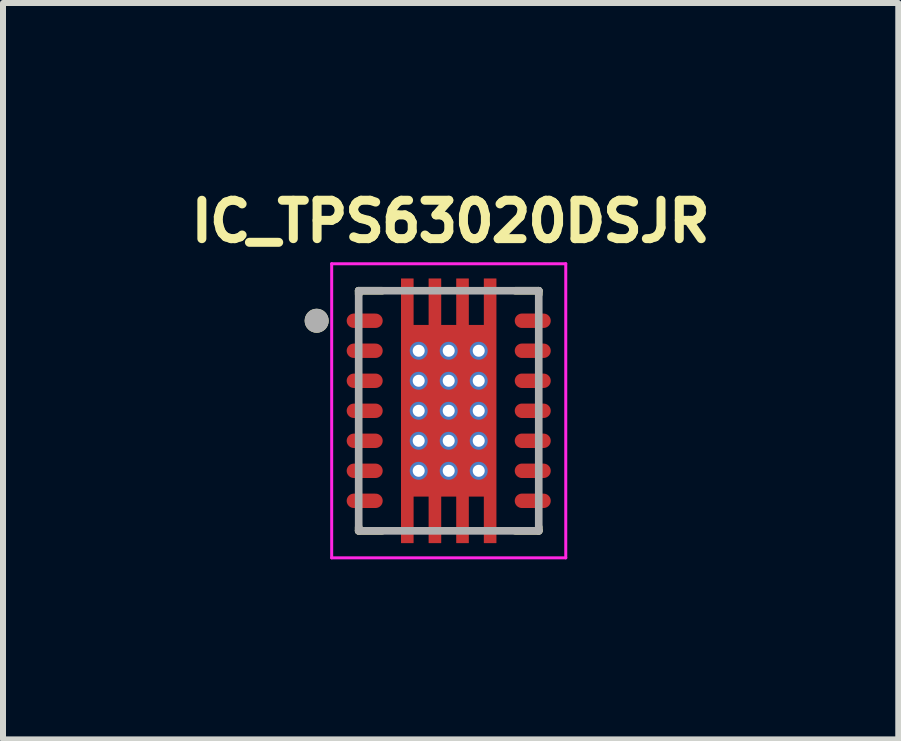
<source format=kicad_pcb>
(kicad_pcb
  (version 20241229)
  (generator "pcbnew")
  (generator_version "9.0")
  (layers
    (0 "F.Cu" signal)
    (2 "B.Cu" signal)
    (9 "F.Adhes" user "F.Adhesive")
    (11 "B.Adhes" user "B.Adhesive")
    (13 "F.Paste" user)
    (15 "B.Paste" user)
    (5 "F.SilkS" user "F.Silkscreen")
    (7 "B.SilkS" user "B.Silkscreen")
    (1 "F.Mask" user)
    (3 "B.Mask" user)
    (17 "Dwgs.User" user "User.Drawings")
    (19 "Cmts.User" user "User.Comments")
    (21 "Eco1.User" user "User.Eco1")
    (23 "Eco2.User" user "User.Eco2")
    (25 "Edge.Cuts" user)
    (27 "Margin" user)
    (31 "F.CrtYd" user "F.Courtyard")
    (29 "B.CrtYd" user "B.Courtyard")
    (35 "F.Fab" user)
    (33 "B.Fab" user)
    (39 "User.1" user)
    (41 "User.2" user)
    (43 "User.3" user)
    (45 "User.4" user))
  (footprint "IC_TPS63020DSJR"
    (layer "F.Cu")
    (at 4.426 3.794)
    (property "Reference" "IC_TPS63020DSJR" (at 0.032 -3.156 0) (layer "F.SilkS") (effects (font (size 0.64 0.64) (thickness 0.15))))
    (attr smd)
    (fp_poly (pts (xy -0.86 -2.27) (xy -0.52 -2.27) (xy -0.52 -1.495) (xy -0.4 -1.495) (xy -0.4 -2.27) (xy -0.06 -2.27) (xy -0.06 -1.495) (xy 0.06 -1.495) (xy 0.06 -2.27) (xy 0.4 -2.27) (xy 0.4 -1.495) (xy 0.52 -1.495) (xy 0.52 -2.27) (xy 0.86 -2.27) (xy 0.86 2.27) (xy 0.52 2.27) (xy 0.52 1.495) (xy 0.4 1.495) (xy 0.4 2.27) (xy 0.06 2.27) (xy 0.06 1.495) (xy -0.06 1.495) (xy -0.06 2.27) (xy -0.4 2.27) (xy -0.4 1.495) (xy -0.52 1.495) (xy -0.52 2.27) (xy -0.86 2.27)) (stroke (width 0.01) (type solid)) (fill yes) (layer "F.Mask"))
    (fp_poly (pts (xy -1.22 -1.69) (xy -1.21 -1.69) (xy -1.2 -1.689) (xy -1.19 -1.688) (xy -1.18 -1.686) (xy -1.171 -1.684) (xy -1.161 -1.681) (xy -1.152 -1.677) (xy -1.143 -1.674) (xy -1.134 -1.669) (xy -1.125 -1.665) (xy -1.117 -1.659) (xy -1.108 -1.654) (xy -1.1 -1.648) (xy -1.093 -1.641) (xy -1.086 -1.634) (xy -1.079 -1.627) (xy -1.072 -1.62) (xy -1.066 -1.612) (xy -1.061 -1.603) (xy -1.055 -1.595) (xy -1.051 -1.586) (xy -1.046 -1.577) (xy -1.043 -1.568) (xy -1.039 -1.559) (xy -1.036 -1.549) (xy -1.034 -1.54) (xy -1.032 -1.53) (xy -1.031 -1.52) (xy -1.03 -1.51) (xy -1.03 -1.5) (xy -1.03 -1.49) (xy -1.031 -1.48) (xy -1.032 -1.47) (xy -1.034 -1.46) (xy -1.036 -1.451) (xy -1.039 -1.441) (xy -1.043 -1.432) (xy -1.046 -1.423) (xy -1.051 -1.414) (xy -1.055 -1.405) (xy -1.061 -1.397) (xy -1.066 -1.388) (xy -1.072 -1.38) (xy -1.079 -1.373) (xy -1.086 -1.366) (xy -1.093 -1.359) (xy -1.1 -1.352) (xy -1.108 -1.346) (xy -1.117 -1.341) (xy -1.125 -1.335) (xy -1.134 -1.331) (xy -1.143 -1.326) (xy -1.152 -1.323) (xy -1.161 -1.319) (xy -1.171 -1.316) (xy -1.18 -1.314) (xy -1.19 -1.312) (xy -1.2 -1.311) (xy -1.21 -1.31) (xy -1.22 -1.31) (xy -1.58 -1.31) (xy -1.59 -1.31) (xy -1.6 -1.311) (xy -1.61 -1.312) (xy -1.62 -1.314) (xy -1.629 -1.316) (xy -1.639 -1.319) (xy -1.648 -1.323) (xy -1.657 -1.326) (xy -1.666 -1.331) (xy -1.675 -1.335) (xy -1.683 -1.341) (xy -1.692 -1.346) (xy -1.7 -1.352) (xy -1.707 -1.359) (xy -1.714 -1.366) (xy -1.721 -1.373) (xy -1.728 -1.38) (xy -1.734 -1.388) (xy -1.739 -1.397) (xy -1.745 -1.405) (xy -1.749 -1.414) (xy -1.754 -1.423) (xy -1.757 -1.432) (xy -1.761 -1.441) (xy -1.764 -1.451) (xy -1.766 -1.46) (xy -1.768 -1.47) (xy -1.769 -1.48) (xy -1.77 -1.49) (xy -1.77 -1.5) (xy -1.77 -1.51) (xy -1.769 -1.52) (xy -1.768 -1.53) (xy -1.766 -1.54) (xy -1.764 -1.549) (xy -1.761 -1.559) (xy -1.757 -1.568) (xy -1.754 -1.577) (xy -1.749 -1.586) (xy -1.745 -1.595) (xy -1.739 -1.603) (xy -1.734 -1.612) (xy -1.728 -1.62) (xy -1.721 -1.627) (xy -1.714 -1.634) (xy -1.707 -1.641) (xy -1.7 -1.648) (xy -1.692 -1.654) (xy -1.683 -1.659) (xy -1.675 -1.665) (xy -1.666 -1.669) (xy -1.657 -1.674) (xy -1.648 -1.677) (xy -1.639 -1.681) (xy -1.629 -1.684) (xy -1.62 -1.686) (xy -1.61 -1.688) (xy -1.6 -1.689) (xy -1.59 -1.69) (xy -1.58 -1.69) (xy -1.22 -1.69)) (stroke (width 0.01) (type solid)) (fill yes) (layer "F.Mask"))
    (fp_poly (pts (xy -1.22 -1.19) (xy -1.21 -1.19) (xy -1.2 -1.189) (xy -1.19 -1.188) (xy -1.18 -1.186) (xy -1.171 -1.184) (xy -1.161 -1.181) (xy -1.152 -1.177) (xy -1.143 -1.174) (xy -1.134 -1.169) (xy -1.125 -1.165) (xy -1.117 -1.159) (xy -1.108 -1.154) (xy -1.1 -1.148) (xy -1.093 -1.141) (xy -1.086 -1.134) (xy -1.079 -1.127) (xy -1.072 -1.12) (xy -1.066 -1.112) (xy -1.061 -1.103) (xy -1.055 -1.095) (xy -1.051 -1.086) (xy -1.046 -1.077) (xy -1.043 -1.068) (xy -1.039 -1.059) (xy -1.036 -1.049) (xy -1.034 -1.04) (xy -1.032 -1.03) (xy -1.031 -1.02) (xy -1.03 -1.01) (xy -1.03 -1) (xy -1.03 -0.99) (xy -1.031 -0.98) (xy -1.032 -0.97) (xy -1.034 -0.96) (xy -1.036 -0.951) (xy -1.039 -0.941) (xy -1.043 -0.932) (xy -1.046 -0.923) (xy -1.051 -0.914) (xy -1.055 -0.905) (xy -1.061 -0.897) (xy -1.066 -0.888) (xy -1.072 -0.88) (xy -1.079 -0.873) (xy -1.086 -0.866) (xy -1.093 -0.859) (xy -1.1 -0.852) (xy -1.108 -0.846) (xy -1.117 -0.841) (xy -1.125 -0.835) (xy -1.134 -0.831) (xy -1.143 -0.826) (xy -1.152 -0.823) (xy -1.161 -0.819) (xy -1.171 -0.816) (xy -1.18 -0.814) (xy -1.19 -0.812) (xy -1.2 -0.811) (xy -1.21 -0.81) (xy -1.22 -0.81) (xy -1.58 -0.81) (xy -1.59 -0.81) (xy -1.6 -0.811) (xy -1.61 -0.812) (xy -1.62 -0.814) (xy -1.629 -0.816) (xy -1.639 -0.819) (xy -1.648 -0.823) (xy -1.657 -0.826) (xy -1.666 -0.831) (xy -1.675 -0.835) (xy -1.683 -0.841) (xy -1.692 -0.846) (xy -1.7 -0.852) (xy -1.707 -0.859) (xy -1.714 -0.866) (xy -1.721 -0.873) (xy -1.728 -0.88) (xy -1.734 -0.888) (xy -1.739 -0.897) (xy -1.745 -0.905) (xy -1.749 -0.914) (xy -1.754 -0.923) (xy -1.757 -0.932) (xy -1.761 -0.941) (xy -1.764 -0.951) (xy -1.766 -0.96) (xy -1.768 -0.97) (xy -1.769 -0.98) (xy -1.77 -0.99) (xy -1.77 -1) (xy -1.77 -1.01) (xy -1.769 -1.02) (xy -1.768 -1.03) (xy -1.766 -1.04) (xy -1.764 -1.049) (xy -1.761 -1.059) (xy -1.757 -1.068) (xy -1.754 -1.077) (xy -1.749 -1.086) (xy -1.745 -1.095) (xy -1.739 -1.103) (xy -1.734 -1.112) (xy -1.728 -1.12) (xy -1.721 -1.127) (xy -1.714 -1.134) (xy -1.707 -1.141) (xy -1.7 -1.148) (xy -1.692 -1.154) (xy -1.683 -1.159) (xy -1.675 -1.165) (xy -1.666 -1.169) (xy -1.657 -1.174) (xy -1.648 -1.177) (xy -1.639 -1.181) (xy -1.629 -1.184) (xy -1.62 -1.186) (xy -1.61 -1.188) (xy -1.6 -1.189) (xy -1.59 -1.19) (xy -1.58 -1.19) (xy -1.22 -1.19)) (stroke (width 0.01) (type solid)) (fill yes) (layer "F.Mask"))
    (fp_poly (pts (xy -1.22 -0.69) (xy -1.21 -0.69) (xy -1.2 -0.689) (xy -1.19 -0.688) (xy -1.18 -0.686) (xy -1.171 -0.684) (xy -1.161 -0.681) (xy -1.152 -0.677) (xy -1.143 -0.674) (xy -1.134 -0.669) (xy -1.125 -0.665) (xy -1.117 -0.659) (xy -1.108 -0.654) (xy -1.1 -0.648) (xy -1.093 -0.641) (xy -1.086 -0.634) (xy -1.079 -0.627) (xy -1.072 -0.62) (xy -1.066 -0.612) (xy -1.061 -0.603) (xy -1.055 -0.595) (xy -1.051 -0.586) (xy -1.046 -0.577) (xy -1.043 -0.568) (xy -1.039 -0.559) (xy -1.036 -0.549) (xy -1.034 -0.54) (xy -1.032 -0.53) (xy -1.031 -0.52) (xy -1.03 -0.51) (xy -1.03 -0.5) (xy -1.03 -0.49) (xy -1.031 -0.48) (xy -1.032 -0.47) (xy -1.034 -0.46) (xy -1.036 -0.451) (xy -1.039 -0.441) (xy -1.043 -0.432) (xy -1.046 -0.423) (xy -1.051 -0.414) (xy -1.055 -0.405) (xy -1.061 -0.397) (xy -1.066 -0.388) (xy -1.072 -0.38) (xy -1.079 -0.373) (xy -1.086 -0.366) (xy -1.093 -0.359) (xy -1.1 -0.352) (xy -1.108 -0.346) (xy -1.117 -0.341) (xy -1.125 -0.335) (xy -1.134 -0.331) (xy -1.143 -0.326) (xy -1.152 -0.323) (xy -1.161 -0.319) (xy -1.171 -0.316) (xy -1.18 -0.314) (xy -1.19 -0.312) (xy -1.2 -0.311) (xy -1.21 -0.31) (xy -1.22 -0.31) (xy -1.58 -0.31) (xy -1.59 -0.31) (xy -1.6 -0.311) (xy -1.61 -0.312) (xy -1.62 -0.314) (xy -1.629 -0.316) (xy -1.639 -0.319) (xy -1.648 -0.323) (xy -1.657 -0.326) (xy -1.666 -0.331) (xy -1.675 -0.335) (xy -1.683 -0.341) (xy -1.692 -0.346) (xy -1.7 -0.352) (xy -1.707 -0.359) (xy -1.714 -0.366) (xy -1.721 -0.373) (xy -1.728 -0.38) (xy -1.734 -0.388) (xy -1.739 -0.397) (xy -1.745 -0.405) (xy -1.749 -0.414) (xy -1.754 -0.423) (xy -1.757 -0.432) (xy -1.761 -0.441) (xy -1.764 -0.451) (xy -1.766 -0.46) (xy -1.768 -0.47) (xy -1.769 -0.48) (xy -1.77 -0.49) (xy -1.77 -0.5) (xy -1.77 -0.51) (xy -1.769 -0.52) (xy -1.768 -0.53) (xy -1.766 -0.54) (xy -1.764 -0.549) (xy -1.761 -0.559) (xy -1.757 -0.568) (xy -1.754 -0.577) (xy -1.749 -0.586) (xy -1.745 -0.595) (xy -1.739 -0.603) (xy -1.734 -0.612) (xy -1.728 -0.62) (xy -1.721 -0.627) (xy -1.714 -0.634) (xy -1.707 -0.641) (xy -1.7 -0.648) (xy -1.692 -0.654) (xy -1.683 -0.659) (xy -1.675 -0.665) (xy -1.666 -0.669) (xy -1.657 -0.674) (xy -1.648 -0.677) (xy -1.639 -0.681) (xy -1.629 -0.684) (xy -1.62 -0.686) (xy -1.61 -0.688) (xy -1.6 -0.689) (xy -1.59 -0.69) (xy -1.58 -0.69) (xy -1.22 -0.69)) (stroke (width 0.01) (type solid)) (fill yes) (layer "F.Mask"))
    (fp_poly (pts (xy -1.22 -0.19) (xy -1.21 -0.19) (xy -1.2 -0.189) (xy -1.19 -0.188) (xy -1.18 -0.186) (xy -1.171 -0.184) (xy -1.161 -0.181) (xy -1.152 -0.177) (xy -1.143 -0.174) (xy -1.134 -0.169) (xy -1.125 -0.165) (xy -1.117 -0.159) (xy -1.108 -0.154) (xy -1.1 -0.148) (xy -1.093 -0.141) (xy -1.086 -0.134) (xy -1.079 -0.127) (xy -1.072 -0.12) (xy -1.066 -0.112) (xy -1.061 -0.103) (xy -1.055 -0.095) (xy -1.051 -0.086) (xy -1.046 -0.077) (xy -1.043 -0.068) (xy -1.039 -0.059) (xy -1.036 -0.049) (xy -1.034 -0.04) (xy -1.032 -0.03) (xy -1.031 -0.02) (xy -1.03 -0.01) (xy -1.03 0) (xy -1.03 0.01) (xy -1.031 0.02) (xy -1.032 0.03) (xy -1.034 0.04) (xy -1.036 0.049) (xy -1.039 0.059) (xy -1.043 0.068) (xy -1.046 0.077) (xy -1.051 0.086) (xy -1.055 0.095) (xy -1.061 0.103) (xy -1.066 0.112) (xy -1.072 0.12) (xy -1.079 0.127) (xy -1.086 0.134) (xy -1.093 0.141) (xy -1.1 0.148) (xy -1.108 0.154) (xy -1.117 0.159) (xy -1.125 0.165) (xy -1.134 0.169) (xy -1.143 0.174) (xy -1.152 0.177) (xy -1.161 0.181) (xy -1.171 0.184) (xy -1.18 0.186) (xy -1.19 0.188) (xy -1.2 0.189) (xy -1.21 0.19) (xy -1.22 0.19) (xy -1.58 0.19) (xy -1.59 0.19) (xy -1.6 0.189) (xy -1.61 0.188) (xy -1.62 0.186) (xy -1.629 0.184) (xy -1.639 0.181) (xy -1.648 0.177) (xy -1.657 0.174) (xy -1.666 0.169) (xy -1.675 0.165) (xy -1.683 0.159) (xy -1.692 0.154) (xy -1.7 0.148) (xy -1.707 0.141) (xy -1.714 0.134) (xy -1.721 0.127) (xy -1.728 0.12) (xy -1.734 0.112) (xy -1.739 0.103) (xy -1.745 0.095) (xy -1.749 0.086) (xy -1.754 0.077) (xy -1.757 0.068) (xy -1.761 0.059) (xy -1.764 0.049) (xy -1.766 0.04) (xy -1.768 0.03) (xy -1.769 0.02) (xy -1.77 0.01) (xy -1.77 0) (xy -1.77 -0.01) (xy -1.769 -0.02) (xy -1.768 -0.03) (xy -1.766 -0.04) (xy -1.764 -0.049) (xy -1.761 -0.059) (xy -1.757 -0.068) (xy -1.754 -0.077) (xy -1.749 -0.086) (xy -1.745 -0.095) (xy -1.739 -0.103) (xy -1.734 -0.112) (xy -1.728 -0.12) (xy -1.721 -0.127) (xy -1.714 -0.134) (xy -1.707 -0.141) (xy -1.7 -0.148) (xy -1.692 -0.154) (xy -1.683 -0.159) (xy -1.675 -0.165) (xy -1.666 -0.169) (xy -1.657 -0.174) (xy -1.648 -0.177) (xy -1.639 -0.181) (xy -1.629 -0.184) (xy -1.62 -0.186) (xy -1.61 -0.188) (xy -1.6 -0.189) (xy -1.59 -0.19) (xy -1.58 -0.19) (xy -1.22 -0.19)) (stroke (width 0.01) (type solid)) (fill yes) (layer "F.Mask"))
    (fp_poly (pts (xy -1.22 0.31) (xy -1.21 0.31) (xy -1.2 0.311) (xy -1.19 0.312) (xy -1.18 0.314) (xy -1.171 0.316) (xy -1.161 0.319) (xy -1.152 0.323) (xy -1.143 0.326) (xy -1.134 0.331) (xy -1.125 0.335) (xy -1.117 0.341) (xy -1.108 0.346) (xy -1.1 0.352) (xy -1.093 0.359) (xy -1.086 0.366) (xy -1.079 0.373) (xy -1.072 0.38) (xy -1.066 0.388) (xy -1.061 0.397) (xy -1.055 0.405) (xy -1.051 0.414) (xy -1.046 0.423) (xy -1.043 0.432) (xy -1.039 0.441) (xy -1.036 0.451) (xy -1.034 0.46) (xy -1.032 0.47) (xy -1.031 0.48) (xy -1.03 0.49) (xy -1.03 0.5) (xy -1.03 0.51) (xy -1.031 0.52) (xy -1.032 0.53) (xy -1.034 0.54) (xy -1.036 0.549) (xy -1.039 0.559) (xy -1.043 0.568) (xy -1.046 0.577) (xy -1.051 0.586) (xy -1.055 0.595) (xy -1.061 0.603) (xy -1.066 0.612) (xy -1.072 0.62) (xy -1.079 0.627) (xy -1.086 0.634) (xy -1.093 0.641) (xy -1.1 0.648) (xy -1.108 0.654) (xy -1.117 0.659) (xy -1.125 0.665) (xy -1.134 0.669) (xy -1.143 0.674) (xy -1.152 0.677) (xy -1.161 0.681) (xy -1.171 0.684) (xy -1.18 0.686) (xy -1.19 0.688) (xy -1.2 0.689) (xy -1.21 0.69) (xy -1.22 0.69) (xy -1.58 0.69) (xy -1.59 0.69) (xy -1.6 0.689) (xy -1.61 0.688) (xy -1.62 0.686) (xy -1.629 0.684) (xy -1.639 0.681) (xy -1.648 0.677) (xy -1.657 0.674) (xy -1.666 0.669) (xy -1.675 0.665) (xy -1.683 0.659) (xy -1.692 0.654) (xy -1.7 0.648) (xy -1.707 0.641) (xy -1.714 0.634) (xy -1.721 0.627) (xy -1.728 0.62) (xy -1.734 0.612) (xy -1.739 0.603) (xy -1.745 0.595) (xy -1.749 0.586) (xy -1.754 0.577) (xy -1.757 0.568) (xy -1.761 0.559) (xy -1.764 0.549) (xy -1.766 0.54) (xy -1.768 0.53) (xy -1.769 0.52) (xy -1.77 0.51) (xy -1.77 0.5) (xy -1.77 0.49) (xy -1.769 0.48) (xy -1.768 0.47) (xy -1.766 0.46) (xy -1.764 0.451) (xy -1.761 0.441) (xy -1.757 0.432) (xy -1.754 0.423) (xy -1.749 0.414) (xy -1.745 0.405) (xy -1.739 0.397) (xy -1.734 0.388) (xy -1.728 0.38) (xy -1.721 0.373) (xy -1.714 0.366) (xy -1.707 0.359) (xy -1.7 0.352) (xy -1.692 0.346) (xy -1.683 0.341) (xy -1.675 0.335) (xy -1.666 0.331) (xy -1.657 0.326) (xy -1.648 0.323) (xy -1.639 0.319) (xy -1.629 0.316) (xy -1.62 0.314) (xy -1.61 0.312) (xy -1.6 0.311) (xy -1.59 0.31) (xy -1.58 0.31) (xy -1.22 0.31)) (stroke (width 0.01) (type solid)) (fill yes) (layer "F.Mask"))
    (fp_poly (pts (xy -1.22 0.81) (xy -1.21 0.81) (xy -1.2 0.811) (xy -1.19 0.812) (xy -1.18 0.814) (xy -1.171 0.816) (xy -1.161 0.819) (xy -1.152 0.823) (xy -1.143 0.826) (xy -1.134 0.831) (xy -1.125 0.835) (xy -1.117 0.841) (xy -1.108 0.846) (xy -1.1 0.852) (xy -1.093 0.859) (xy -1.086 0.866) (xy -1.079 0.873) (xy -1.072 0.88) (xy -1.066 0.888) (xy -1.061 0.897) (xy -1.055 0.905) (xy -1.051 0.914) (xy -1.046 0.923) (xy -1.043 0.932) (xy -1.039 0.941) (xy -1.036 0.951) (xy -1.034 0.96) (xy -1.032 0.97) (xy -1.031 0.98) (xy -1.03 0.99) (xy -1.03 1) (xy -1.03 1.01) (xy -1.031 1.02) (xy -1.032 1.03) (xy -1.034 1.04) (xy -1.036 1.049) (xy -1.039 1.059) (xy -1.043 1.068) (xy -1.046 1.077) (xy -1.051 1.086) (xy -1.055 1.095) (xy -1.061 1.103) (xy -1.066 1.112) (xy -1.072 1.12) (xy -1.079 1.127) (xy -1.086 1.134) (xy -1.093 1.141) (xy -1.1 1.148) (xy -1.108 1.154) (xy -1.117 1.159) (xy -1.125 1.165) (xy -1.134 1.169) (xy -1.143 1.174) (xy -1.152 1.177) (xy -1.161 1.181) (xy -1.171 1.184) (xy -1.18 1.186) (xy -1.19 1.188) (xy -1.2 1.189) (xy -1.21 1.19) (xy -1.22 1.19) (xy -1.58 1.19) (xy -1.59 1.19) (xy -1.6 1.189) (xy -1.61 1.188) (xy -1.62 1.186) (xy -1.629 1.184) (xy -1.639 1.181) (xy -1.648 1.177) (xy -1.657 1.174) (xy -1.666 1.169) (xy -1.675 1.165) (xy -1.683 1.159) (xy -1.692 1.154) (xy -1.7 1.148) (xy -1.707 1.141) (xy -1.714 1.134) (xy -1.721 1.127) (xy -1.728 1.12) (xy -1.734 1.112) (xy -1.739 1.103) (xy -1.745 1.095) (xy -1.749 1.086) (xy -1.754 1.077) (xy -1.757 1.068) (xy -1.761 1.059) (xy -1.764 1.049) (xy -1.766 1.04) (xy -1.768 1.03) (xy -1.769 1.02) (xy -1.77 1.01) (xy -1.77 1) (xy -1.77 0.99) (xy -1.769 0.98) (xy -1.768 0.97) (xy -1.766 0.96) (xy -1.764 0.951) (xy -1.761 0.941) (xy -1.757 0.932) (xy -1.754 0.923) (xy -1.749 0.914) (xy -1.745 0.905) (xy -1.739 0.897) (xy -1.734 0.888) (xy -1.728 0.88) (xy -1.721 0.873) (xy -1.714 0.866) (xy -1.707 0.859) (xy -1.7 0.852) (xy -1.692 0.846) (xy -1.683 0.841) (xy -1.675 0.835) (xy -1.666 0.831) (xy -1.657 0.826) (xy -1.648 0.823) (xy -1.639 0.819) (xy -1.629 0.816) (xy -1.62 0.814) (xy -1.61 0.812) (xy -1.6 0.811) (xy -1.59 0.81) (xy -1.58 0.81) (xy -1.22 0.81)) (stroke (width 0.01) (type solid)) (fill yes) (layer "F.Mask"))
    (fp_poly (pts (xy -1.22 1.31) (xy -1.21 1.31) (xy -1.2 1.311) (xy -1.19 1.312) (xy -1.18 1.314) (xy -1.171 1.316) (xy -1.161 1.319) (xy -1.152 1.323) (xy -1.143 1.326) (xy -1.134 1.331) (xy -1.125 1.335) (xy -1.117 1.341) (xy -1.108 1.346) (xy -1.1 1.352) (xy -1.093 1.359) (xy -1.086 1.366) (xy -1.079 1.373) (xy -1.072 1.38) (xy -1.066 1.388) (xy -1.061 1.397) (xy -1.055 1.405) (xy -1.051 1.414) (xy -1.046 1.423) (xy -1.043 1.432) (xy -1.039 1.441) (xy -1.036 1.451) (xy -1.034 1.46) (xy -1.032 1.47) (xy -1.031 1.48) (xy -1.03 1.49) (xy -1.03 1.5) (xy -1.03 1.51) (xy -1.031 1.52) (xy -1.032 1.53) (xy -1.034 1.54) (xy -1.036 1.549) (xy -1.039 1.559) (xy -1.043 1.568) (xy -1.046 1.577) (xy -1.051 1.586) (xy -1.055 1.595) (xy -1.061 1.603) (xy -1.066 1.612) (xy -1.072 1.62) (xy -1.079 1.627) (xy -1.086 1.634) (xy -1.093 1.641) (xy -1.1 1.648) (xy -1.108 1.654) (xy -1.117 1.659) (xy -1.125 1.665) (xy -1.134 1.669) (xy -1.143 1.674) (xy -1.152 1.677) (xy -1.161 1.681) (xy -1.171 1.684) (xy -1.18 1.686) (xy -1.19 1.688) (xy -1.2 1.689) (xy -1.21 1.69) (xy -1.22 1.69) (xy -1.58 1.69) (xy -1.59 1.69) (xy -1.6 1.689) (xy -1.61 1.688) (xy -1.62 1.686) (xy -1.629 1.684) (xy -1.639 1.681) (xy -1.648 1.677) (xy -1.657 1.674) (xy -1.666 1.669) (xy -1.675 1.665) (xy -1.683 1.659) (xy -1.692 1.654) (xy -1.7 1.648) (xy -1.707 1.641) (xy -1.714 1.634) (xy -1.721 1.627) (xy -1.728 1.62) (xy -1.734 1.612) (xy -1.739 1.603) (xy -1.745 1.595) (xy -1.749 1.586) (xy -1.754 1.577) (xy -1.757 1.568) (xy -1.761 1.559) (xy -1.764 1.549) (xy -1.766 1.54) (xy -1.768 1.53) (xy -1.769 1.52) (xy -1.77 1.51) (xy -1.77 1.5) (xy -1.77 1.49) (xy -1.769 1.48) (xy -1.768 1.47) (xy -1.766 1.46) (xy -1.764 1.451) (xy -1.761 1.441) (xy -1.757 1.432) (xy -1.754 1.423) (xy -1.749 1.414) (xy -1.745 1.405) (xy -1.739 1.397) (xy -1.734 1.388) (xy -1.728 1.38) (xy -1.721 1.373) (xy -1.714 1.366) (xy -1.707 1.359) (xy -1.7 1.352) (xy -1.692 1.346) (xy -1.683 1.341) (xy -1.675 1.335) (xy -1.666 1.331) (xy -1.657 1.326) (xy -1.648 1.323) (xy -1.639 1.319) (xy -1.629 1.316) (xy -1.62 1.314) (xy -1.61 1.312) (xy -1.6 1.311) (xy -1.59 1.31) (xy -1.58 1.31) (xy -1.22 1.31)) (stroke (width 0.01) (type solid)) (fill yes) (layer "F.Mask"))
    (fp_poly (pts (xy 1.58 -1.69) (xy 1.59 -1.69) (xy 1.6 -1.689) (xy 1.61 -1.688) (xy 1.62 -1.686) (xy 1.629 -1.684) (xy 1.639 -1.681) (xy 1.648 -1.677) (xy 1.657 -1.674) (xy 1.666 -1.669) (xy 1.675 -1.665) (xy 1.683 -1.659) (xy 1.692 -1.654) (xy 1.7 -1.648) (xy 1.707 -1.641) (xy 1.714 -1.634) (xy 1.721 -1.627) (xy 1.728 -1.62) (xy 1.734 -1.612) (xy 1.739 -1.603) (xy 1.745 -1.595) (xy 1.749 -1.586) (xy 1.754 -1.577) (xy 1.757 -1.568) (xy 1.761 -1.559) (xy 1.764 -1.549) (xy 1.766 -1.54) (xy 1.768 -1.53) (xy 1.769 -1.52) (xy 1.77 -1.51) (xy 1.77 -1.5) (xy 1.77 -1.49) (xy 1.769 -1.48) (xy 1.768 -1.47) (xy 1.766 -1.46) (xy 1.764 -1.451) (xy 1.761 -1.441) (xy 1.757 -1.432) (xy 1.754 -1.423) (xy 1.749 -1.414) (xy 1.745 -1.405) (xy 1.739 -1.397) (xy 1.734 -1.388) (xy 1.728 -1.38) (xy 1.721 -1.373) (xy 1.714 -1.366) (xy 1.707 -1.359) (xy 1.7 -1.352) (xy 1.692 -1.346) (xy 1.683 -1.341) (xy 1.675 -1.335) (xy 1.666 -1.331) (xy 1.657 -1.326) (xy 1.648 -1.323) (xy 1.639 -1.319) (xy 1.629 -1.316) (xy 1.62 -1.314) (xy 1.61 -1.312) (xy 1.6 -1.311) (xy 1.59 -1.31) (xy 1.58 -1.31) (xy 1.22 -1.31) (xy 1.21 -1.31) (xy 1.2 -1.311) (xy 1.19 -1.312) (xy 1.18 -1.314) (xy 1.171 -1.316) (xy 1.161 -1.319) (xy 1.152 -1.323) (xy 1.143 -1.326) (xy 1.134 -1.331) (xy 1.125 -1.335) (xy 1.117 -1.341) (xy 1.108 -1.346) (xy 1.1 -1.352) (xy 1.093 -1.359) (xy 1.086 -1.366) (xy 1.079 -1.373) (xy 1.072 -1.38) (xy 1.066 -1.388) (xy 1.061 -1.397) (xy 1.055 -1.405) (xy 1.051 -1.414) (xy 1.046 -1.423) (xy 1.043 -1.432) (xy 1.039 -1.441) (xy 1.036 -1.451) (xy 1.034 -1.46) (xy 1.032 -1.47) (xy 1.031 -1.48) (xy 1.03 -1.49) (xy 1.03 -1.5) (xy 1.03 -1.51) (xy 1.031 -1.52) (xy 1.032 -1.53) (xy 1.034 -1.54) (xy 1.036 -1.549) (xy 1.039 -1.559) (xy 1.043 -1.568) (xy 1.046 -1.577) (xy 1.051 -1.586) (xy 1.055 -1.595) (xy 1.061 -1.603) (xy 1.066 -1.612) (xy 1.072 -1.62) (xy 1.079 -1.627) (xy 1.086 -1.634) (xy 1.093 -1.641) (xy 1.1 -1.648) (xy 1.108 -1.654) (xy 1.117 -1.659) (xy 1.125 -1.665) (xy 1.134 -1.669) (xy 1.143 -1.674) (xy 1.152 -1.677) (xy 1.161 -1.681) (xy 1.171 -1.684) (xy 1.18 -1.686) (xy 1.19 -1.688) (xy 1.2 -1.689) (xy 1.21 -1.69) (xy 1.22 -1.69) (xy 1.58 -1.69)) (stroke (width 0.01) (type solid)) (fill yes) (layer "F.Mask"))
    (fp_poly (pts (xy 1.58 -1.19) (xy 1.59 -1.19) (xy 1.6 -1.189) (xy 1.61 -1.188) (xy 1.62 -1.186) (xy 1.629 -1.184) (xy 1.639 -1.181) (xy 1.648 -1.177) (xy 1.657 -1.174) (xy 1.666 -1.169) (xy 1.675 -1.165) (xy 1.683 -1.159) (xy 1.692 -1.154) (xy 1.7 -1.148) (xy 1.707 -1.141) (xy 1.714 -1.134) (xy 1.721 -1.127) (xy 1.728 -1.12) (xy 1.734 -1.112) (xy 1.739 -1.103) (xy 1.745 -1.095) (xy 1.749 -1.086) (xy 1.754 -1.077) (xy 1.757 -1.068) (xy 1.761 -1.059) (xy 1.764 -1.049) (xy 1.766 -1.04) (xy 1.768 -1.03) (xy 1.769 -1.02) (xy 1.77 -1.01) (xy 1.77 -1) (xy 1.77 -0.99) (xy 1.769 -0.98) (xy 1.768 -0.97) (xy 1.766 -0.96) (xy 1.764 -0.951) (xy 1.761 -0.941) (xy 1.757 -0.932) (xy 1.754 -0.923) (xy 1.749 -0.914) (xy 1.745 -0.905) (xy 1.739 -0.897) (xy 1.734 -0.888) (xy 1.728 -0.88) (xy 1.721 -0.873) (xy 1.714 -0.866) (xy 1.707 -0.859) (xy 1.7 -0.852) (xy 1.692 -0.846) (xy 1.683 -0.841) (xy 1.675 -0.835) (xy 1.666 -0.831) (xy 1.657 -0.826) (xy 1.648 -0.823) (xy 1.639 -0.819) (xy 1.629 -0.816) (xy 1.62 -0.814) (xy 1.61 -0.812) (xy 1.6 -0.811) (xy 1.59 -0.81) (xy 1.58 -0.81) (xy 1.22 -0.81) (xy 1.21 -0.81) (xy 1.2 -0.811) (xy 1.19 -0.812) (xy 1.18 -0.814) (xy 1.171 -0.816) (xy 1.161 -0.819) (xy 1.152 -0.823) (xy 1.143 -0.826) (xy 1.134 -0.831) (xy 1.125 -0.835) (xy 1.117 -0.841) (xy 1.108 -0.846) (xy 1.1 -0.852) (xy 1.093 -0.859) (xy 1.086 -0.866) (xy 1.079 -0.873) (xy 1.072 -0.88) (xy 1.066 -0.888) (xy 1.061 -0.897) (xy 1.055 -0.905) (xy 1.051 -0.914) (xy 1.046 -0.923) (xy 1.043 -0.932) (xy 1.039 -0.941) (xy 1.036 -0.951) (xy 1.034 -0.96) (xy 1.032 -0.97) (xy 1.031 -0.98) (xy 1.03 -0.99) (xy 1.03 -1) (xy 1.03 -1.01) (xy 1.031 -1.02) (xy 1.032 -1.03) (xy 1.034 -1.04) (xy 1.036 -1.049) (xy 1.039 -1.059) (xy 1.043 -1.068) (xy 1.046 -1.077) (xy 1.051 -1.086) (xy 1.055 -1.095) (xy 1.061 -1.103) (xy 1.066 -1.112) (xy 1.072 -1.12) (xy 1.079 -1.127) (xy 1.086 -1.134) (xy 1.093 -1.141) (xy 1.1 -1.148) (xy 1.108 -1.154) (xy 1.117 -1.159) (xy 1.125 -1.165) (xy 1.134 -1.169) (xy 1.143 -1.174) (xy 1.152 -1.177) (xy 1.161 -1.181) (xy 1.171 -1.184) (xy 1.18 -1.186) (xy 1.19 -1.188) (xy 1.2 -1.189) (xy 1.21 -1.19) (xy 1.22 -1.19) (xy 1.58 -1.19)) (stroke (width 0.01) (type solid)) (fill yes) (layer "F.Mask"))
    (fp_poly (pts (xy 1.58 -0.69) (xy 1.59 -0.69) (xy 1.6 -0.689) (xy 1.61 -0.688) (xy 1.62 -0.686) (xy 1.629 -0.684) (xy 1.639 -0.681) (xy 1.648 -0.677) (xy 1.657 -0.674) (xy 1.666 -0.669) (xy 1.675 -0.665) (xy 1.683 -0.659) (xy 1.692 -0.654) (xy 1.7 -0.648) (xy 1.707 -0.641) (xy 1.714 -0.634) (xy 1.721 -0.627) (xy 1.728 -0.62) (xy 1.734 -0.612) (xy 1.739 -0.603) (xy 1.745 -0.595) (xy 1.749 -0.586) (xy 1.754 -0.577) (xy 1.757 -0.568) (xy 1.761 -0.559) (xy 1.764 -0.549) (xy 1.766 -0.54) (xy 1.768 -0.53) (xy 1.769 -0.52) (xy 1.77 -0.51) (xy 1.77 -0.5) (xy 1.77 -0.49) (xy 1.769 -0.48) (xy 1.768 -0.47) (xy 1.766 -0.46) (xy 1.764 -0.451) (xy 1.761 -0.441) (xy 1.757 -0.432) (xy 1.754 -0.423) (xy 1.749 -0.414) (xy 1.745 -0.405) (xy 1.739 -0.397) (xy 1.734 -0.388) (xy 1.728 -0.38) (xy 1.721 -0.373) (xy 1.714 -0.366) (xy 1.707 -0.359) (xy 1.7 -0.352) (xy 1.692 -0.346) (xy 1.683 -0.341) (xy 1.675 -0.335) (xy 1.666 -0.331) (xy 1.657 -0.326) (xy 1.648 -0.323) (xy 1.639 -0.319) (xy 1.629 -0.316) (xy 1.62 -0.314) (xy 1.61 -0.312) (xy 1.6 -0.311) (xy 1.59 -0.31) (xy 1.58 -0.31) (xy 1.22 -0.31) (xy 1.21 -0.31) (xy 1.2 -0.311) (xy 1.19 -0.312) (xy 1.18 -0.314) (xy 1.171 -0.316) (xy 1.161 -0.319) (xy 1.152 -0.323) (xy 1.143 -0.326) (xy 1.134 -0.331) (xy 1.125 -0.335) (xy 1.117 -0.341) (xy 1.108 -0.346) (xy 1.1 -0.352) (xy 1.093 -0.359) (xy 1.086 -0.366) (xy 1.079 -0.373) (xy 1.072 -0.38) (xy 1.066 -0.388) (xy 1.061 -0.397) (xy 1.055 -0.405) (xy 1.051 -0.414) (xy 1.046 -0.423) (xy 1.043 -0.432) (xy 1.039 -0.441) (xy 1.036 -0.451) (xy 1.034 -0.46) (xy 1.032 -0.47) (xy 1.031 -0.48) (xy 1.03 -0.49) (xy 1.03 -0.5) (xy 1.03 -0.51) (xy 1.031 -0.52) (xy 1.032 -0.53) (xy 1.034 -0.54) (xy 1.036 -0.549) (xy 1.039 -0.559) (xy 1.043 -0.568) (xy 1.046 -0.577) (xy 1.051 -0.586) (xy 1.055 -0.595) (xy 1.061 -0.603) (xy 1.066 -0.612) (xy 1.072 -0.62) (xy 1.079 -0.627) (xy 1.086 -0.634) (xy 1.093 -0.641) (xy 1.1 -0.648) (xy 1.108 -0.654) (xy 1.117 -0.659) (xy 1.125 -0.665) (xy 1.134 -0.669) (xy 1.143 -0.674) (xy 1.152 -0.677) (xy 1.161 -0.681) (xy 1.171 -0.684) (xy 1.18 -0.686) (xy 1.19 -0.688) (xy 1.2 -0.689) (xy 1.21 -0.69) (xy 1.22 -0.69) (xy 1.58 -0.69)) (stroke (width 0.01) (type solid)) (fill yes) (layer "F.Mask"))
    (fp_poly (pts (xy 1.58 -0.19) (xy 1.59 -0.19) (xy 1.6 -0.189) (xy 1.61 -0.188) (xy 1.62 -0.186) (xy 1.629 -0.184) (xy 1.639 -0.181) (xy 1.648 -0.177) (xy 1.657 -0.174) (xy 1.666 -0.169) (xy 1.675 -0.165) (xy 1.683 -0.159) (xy 1.692 -0.154) (xy 1.7 -0.148) (xy 1.707 -0.141) (xy 1.714 -0.134) (xy 1.721 -0.127) (xy 1.728 -0.12) (xy 1.734 -0.112) (xy 1.739 -0.103) (xy 1.745 -0.095) (xy 1.749 -0.086) (xy 1.754 -0.077) (xy 1.757 -0.068) (xy 1.761 -0.059) (xy 1.764 -0.049) (xy 1.766 -0.04) (xy 1.768 -0.03) (xy 1.769 -0.02) (xy 1.77 -0.01) (xy 1.77 0) (xy 1.77 0.01) (xy 1.769 0.02) (xy 1.768 0.03) (xy 1.766 0.04) (xy 1.764 0.049) (xy 1.761 0.059) (xy 1.757 0.068) (xy 1.754 0.077) (xy 1.749 0.086) (xy 1.745 0.095) (xy 1.739 0.103) (xy 1.734 0.112) (xy 1.728 0.12) (xy 1.721 0.127) (xy 1.714 0.134) (xy 1.707 0.141) (xy 1.7 0.148) (xy 1.692 0.154) (xy 1.683 0.159) (xy 1.675 0.165) (xy 1.666 0.169) (xy 1.657 0.174) (xy 1.648 0.177) (xy 1.639 0.181) (xy 1.629 0.184) (xy 1.62 0.186) (xy 1.61 0.188) (xy 1.6 0.189) (xy 1.59 0.19) (xy 1.58 0.19) (xy 1.22 0.19) (xy 1.21 0.19) (xy 1.2 0.189) (xy 1.19 0.188) (xy 1.18 0.186) (xy 1.171 0.184) (xy 1.161 0.181) (xy 1.152 0.177) (xy 1.143 0.174) (xy 1.134 0.169) (xy 1.125 0.165) (xy 1.117 0.159) (xy 1.108 0.154) (xy 1.1 0.148) (xy 1.093 0.141) (xy 1.086 0.134) (xy 1.079 0.127) (xy 1.072 0.12) (xy 1.066 0.112) (xy 1.061 0.103) (xy 1.055 0.095) (xy 1.051 0.086) (xy 1.046 0.077) (xy 1.043 0.068) (xy 1.039 0.059) (xy 1.036 0.049) (xy 1.034 0.04) (xy 1.032 0.03) (xy 1.031 0.02) (xy 1.03 0.01) (xy 1.03 0) (xy 1.03 -0.01) (xy 1.031 -0.02) (xy 1.032 -0.03) (xy 1.034 -0.04) (xy 1.036 -0.049) (xy 1.039 -0.059) (xy 1.043 -0.068) (xy 1.046 -0.077) (xy 1.051 -0.086) (xy 1.055 -0.095) (xy 1.061 -0.103) (xy 1.066 -0.112) (xy 1.072 -0.12) (xy 1.079 -0.127) (xy 1.086 -0.134) (xy 1.093 -0.141) (xy 1.1 -0.148) (xy 1.108 -0.154) (xy 1.117 -0.159) (xy 1.125 -0.165) (xy 1.134 -0.169) (xy 1.143 -0.174) (xy 1.152 -0.177) (xy 1.161 -0.181) (xy 1.171 -0.184) (xy 1.18 -0.186) (xy 1.19 -0.188) (xy 1.2 -0.189) (xy 1.21 -0.19) (xy 1.22 -0.19) (xy 1.58 -0.19)) (stroke (width 0.01) (type solid)) (fill yes) (layer "F.Mask"))
    (fp_poly (pts (xy 1.58 0.31) (xy 1.59 0.31) (xy 1.6 0.311) (xy 1.61 0.312) (xy 1.62 0.314) (xy 1.629 0.316) (xy 1.639 0.319) (xy 1.648 0.323) (xy 1.657 0.326) (xy 1.666 0.331) (xy 1.675 0.335) (xy 1.683 0.341) (xy 1.692 0.346) (xy 1.7 0.352) (xy 1.707 0.359) (xy 1.714 0.366) (xy 1.721 0.373) (xy 1.728 0.38) (xy 1.734 0.388) (xy 1.739 0.397) (xy 1.745 0.405) (xy 1.749 0.414) (xy 1.754 0.423) (xy 1.757 0.432) (xy 1.761 0.441) (xy 1.764 0.451) (xy 1.766 0.46) (xy 1.768 0.47) (xy 1.769 0.48) (xy 1.77 0.49) (xy 1.77 0.5) (xy 1.77 0.51) (xy 1.769 0.52) (xy 1.768 0.53) (xy 1.766 0.54) (xy 1.764 0.549) (xy 1.761 0.559) (xy 1.757 0.568) (xy 1.754 0.577) (xy 1.749 0.586) (xy 1.745 0.595) (xy 1.739 0.603) (xy 1.734 0.612) (xy 1.728 0.62) (xy 1.721 0.627) (xy 1.714 0.634) (xy 1.707 0.641) (xy 1.7 0.648) (xy 1.692 0.654) (xy 1.683 0.659) (xy 1.675 0.665) (xy 1.666 0.669) (xy 1.657 0.674) (xy 1.648 0.677) (xy 1.639 0.681) (xy 1.629 0.684) (xy 1.62 0.686) (xy 1.61 0.688) (xy 1.6 0.689) (xy 1.59 0.69) (xy 1.58 0.69) (xy 1.22 0.69) (xy 1.21 0.69) (xy 1.2 0.689) (xy 1.19 0.688) (xy 1.18 0.686) (xy 1.171 0.684) (xy 1.161 0.681) (xy 1.152 0.677) (xy 1.143 0.674) (xy 1.134 0.669) (xy 1.125 0.665) (xy 1.117 0.659) (xy 1.108 0.654) (xy 1.1 0.648) (xy 1.093 0.641) (xy 1.086 0.634) (xy 1.079 0.627) (xy 1.072 0.62) (xy 1.066 0.612) (xy 1.061 0.603) (xy 1.055 0.595) (xy 1.051 0.586) (xy 1.046 0.577) (xy 1.043 0.568) (xy 1.039 0.559) (xy 1.036 0.549) (xy 1.034 0.54) (xy 1.032 0.53) (xy 1.031 0.52) (xy 1.03 0.51) (xy 1.03 0.5) (xy 1.03 0.49) (xy 1.031 0.48) (xy 1.032 0.47) (xy 1.034 0.46) (xy 1.036 0.451) (xy 1.039 0.441) (xy 1.043 0.432) (xy 1.046 0.423) (xy 1.051 0.414) (xy 1.055 0.405) (xy 1.061 0.397) (xy 1.066 0.388) (xy 1.072 0.38) (xy 1.079 0.373) (xy 1.086 0.366) (xy 1.093 0.359) (xy 1.1 0.352) (xy 1.108 0.346) (xy 1.117 0.341) (xy 1.125 0.335) (xy 1.134 0.331) (xy 1.143 0.326) (xy 1.152 0.323) (xy 1.161 0.319) (xy 1.171 0.316) (xy 1.18 0.314) (xy 1.19 0.312) (xy 1.2 0.311) (xy 1.21 0.31) (xy 1.22 0.31) (xy 1.58 0.31)) (stroke (width 0.01) (type solid)) (fill yes) (layer "F.Mask"))
    (fp_poly (pts (xy 1.58 0.81) (xy 1.59 0.81) (xy 1.6 0.811) (xy 1.61 0.812) (xy 1.62 0.814) (xy 1.629 0.816) (xy 1.639 0.819) (xy 1.648 0.823) (xy 1.657 0.826) (xy 1.666 0.831) (xy 1.675 0.835) (xy 1.683 0.841) (xy 1.692 0.846) (xy 1.7 0.852) (xy 1.707 0.859) (xy 1.714 0.866) (xy 1.721 0.873) (xy 1.728 0.88) (xy 1.734 0.888) (xy 1.739 0.897) (xy 1.745 0.905) (xy 1.749 0.914) (xy 1.754 0.923) (xy 1.757 0.932) (xy 1.761 0.941) (xy 1.764 0.951) (xy 1.766 0.96) (xy 1.768 0.97) (xy 1.769 0.98) (xy 1.77 0.99) (xy 1.77 1) (xy 1.77 1.01) (xy 1.769 1.02) (xy 1.768 1.03) (xy 1.766 1.04) (xy 1.764 1.049) (xy 1.761 1.059) (xy 1.757 1.068) (xy 1.754 1.077) (xy 1.749 1.086) (xy 1.745 1.095) (xy 1.739 1.103) (xy 1.734 1.112) (xy 1.728 1.12) (xy 1.721 1.127) (xy 1.714 1.134) (xy 1.707 1.141) (xy 1.7 1.148) (xy 1.692 1.154) (xy 1.683 1.159) (xy 1.675 1.165) (xy 1.666 1.169) (xy 1.657 1.174) (xy 1.648 1.177) (xy 1.639 1.181) (xy 1.629 1.184) (xy 1.62 1.186) (xy 1.61 1.188) (xy 1.6 1.189) (xy 1.59 1.19) (xy 1.58 1.19) (xy 1.22 1.19) (xy 1.21 1.19) (xy 1.2 1.189) (xy 1.19 1.188) (xy 1.18 1.186) (xy 1.171 1.184) (xy 1.161 1.181) (xy 1.152 1.177) (xy 1.143 1.174) (xy 1.134 1.169) (xy 1.125 1.165) (xy 1.117 1.159) (xy 1.108 1.154) (xy 1.1 1.148) (xy 1.093 1.141) (xy 1.086 1.134) (xy 1.079 1.127) (xy 1.072 1.12) (xy 1.066 1.112) (xy 1.061 1.103) (xy 1.055 1.095) (xy 1.051 1.086) (xy 1.046 1.077) (xy 1.043 1.068) (xy 1.039 1.059) (xy 1.036 1.049) (xy 1.034 1.04) (xy 1.032 1.03) (xy 1.031 1.02) (xy 1.03 1.01) (xy 1.03 1) (xy 1.03 0.99) (xy 1.031 0.98) (xy 1.032 0.97) (xy 1.034 0.96) (xy 1.036 0.951) (xy 1.039 0.941) (xy 1.043 0.932) (xy 1.046 0.923) (xy 1.051 0.914) (xy 1.055 0.905) (xy 1.061 0.897) (xy 1.066 0.888) (xy 1.072 0.88) (xy 1.079 0.873) (xy 1.086 0.866) (xy 1.093 0.859) (xy 1.1 0.852) (xy 1.108 0.846) (xy 1.117 0.841) (xy 1.125 0.835) (xy 1.134 0.831) (xy 1.143 0.826) (xy 1.152 0.823) (xy 1.161 0.819) (xy 1.171 0.816) (xy 1.18 0.814) (xy 1.19 0.812) (xy 1.2 0.811) (xy 1.21 0.81) (xy 1.22 0.81) (xy 1.58 0.81)) (stroke (width 0.01) (type solid)) (fill yes) (layer "F.Mask"))
    (fp_poly (pts (xy 1.58 1.31) (xy 1.59 1.31) (xy 1.6 1.311) (xy 1.61 1.312) (xy 1.62 1.314) (xy 1.629 1.316) (xy 1.639 1.319) (xy 1.648 1.323) (xy 1.657 1.326) (xy 1.666 1.331) (xy 1.675 1.335) (xy 1.683 1.341) (xy 1.692 1.346) (xy 1.7 1.352) (xy 1.707 1.359) (xy 1.714 1.366) (xy 1.721 1.373) (xy 1.728 1.38) (xy 1.734 1.388) (xy 1.739 1.397) (xy 1.745 1.405) (xy 1.749 1.414) (xy 1.754 1.423) (xy 1.757 1.432) (xy 1.761 1.441) (xy 1.764 1.451) (xy 1.766 1.46) (xy 1.768 1.47) (xy 1.769 1.48) (xy 1.77 1.49) (xy 1.77 1.5) (xy 1.77 1.51) (xy 1.769 1.52) (xy 1.768 1.53) (xy 1.766 1.54) (xy 1.764 1.549) (xy 1.761 1.559) (xy 1.757 1.568) (xy 1.754 1.577) (xy 1.749 1.586) (xy 1.745 1.595) (xy 1.739 1.603) (xy 1.734 1.612) (xy 1.728 1.62) (xy 1.721 1.627) (xy 1.714 1.634) (xy 1.707 1.641) (xy 1.7 1.648) (xy 1.692 1.654) (xy 1.683 1.659) (xy 1.675 1.665) (xy 1.666 1.669) (xy 1.657 1.674) (xy 1.648 1.677) (xy 1.639 1.681) (xy 1.629 1.684) (xy 1.62 1.686) (xy 1.61 1.688) (xy 1.6 1.689) (xy 1.59 1.69) (xy 1.58 1.69) (xy 1.22 1.69) (xy 1.21 1.69) (xy 1.2 1.689) (xy 1.19 1.688) (xy 1.18 1.686) (xy 1.171 1.684) (xy 1.161 1.681) (xy 1.152 1.677) (xy 1.143 1.674) (xy 1.134 1.669) (xy 1.125 1.665) (xy 1.117 1.659) (xy 1.108 1.654) (xy 1.1 1.648) (xy 1.093 1.641) (xy 1.086 1.634) (xy 1.079 1.627) (xy 1.072 1.62) (xy 1.066 1.612) (xy 1.061 1.603) (xy 1.055 1.595) (xy 1.051 1.586) (xy 1.046 1.577) (xy 1.043 1.568) (xy 1.039 1.559) (xy 1.036 1.549) (xy 1.034 1.54) (xy 1.032 1.53) (xy 1.031 1.52) (xy 1.03 1.51) (xy 1.03 1.5) (xy 1.03 1.49) (xy 1.031 1.48) (xy 1.032 1.47) (xy 1.034 1.46) (xy 1.036 1.451) (xy 1.039 1.441) (xy 1.043 1.432) (xy 1.046 1.423) (xy 1.051 1.414) (xy 1.055 1.405) (xy 1.061 1.397) (xy 1.066 1.388) (xy 1.072 1.38) (xy 1.079 1.373) (xy 1.086 1.366) (xy 1.093 1.359) (xy 1.1 1.352) (xy 1.108 1.346) (xy 1.117 1.341) (xy 1.125 1.335) (xy 1.134 1.331) (xy 1.143 1.326) (xy 1.152 1.323) (xy 1.161 1.319) (xy 1.171 1.316) (xy 1.18 1.314) (xy 1.19 1.312) (xy 1.2 1.311) (xy 1.21 1.31) (xy 1.22 1.31) (xy 1.58 1.31)) (stroke (width 0.01) (type solid)) (fill yes) (layer "F.Mask"))
    (fp_line (start -1.5 -2) (end -1.11 -2) (stroke (width 0.127) (type solid)) (layer "F.SilkS"))
    (fp_line (start -1.5 -1.94) (end -1.5 -2) (stroke (width 0.127) (type solid)) (layer "F.SilkS"))
    (fp_line (start -1.5 2) (end -1.5 1.94) (stroke (width 0.127) (type solid)) (layer "F.SilkS"))
    (fp_line (start -1.11 2) (end -1.5 2) (stroke (width 0.127) (type solid)) (layer "F.SilkS"))
    (fp_line (start 1.11 -2) (end 1.5 -2) (stroke (width 0.127) (type solid)) (layer "F.SilkS"))
    (fp_line (start 1.5 -2) (end 1.5 -1.94) (stroke (width 0.127) (type solid)) (layer "F.SilkS"))
    (fp_line (start 1.5 1.94) (end 1.5 2) (stroke (width 0.127) (type solid)) (layer "F.SilkS"))
    (fp_line (start 1.5 2) (end 1.11 2) (stroke (width 0.127) (type solid)) (layer "F.SilkS"))
    (fp_circle (center -2.2 -1.5) (end -2.1 -1.5) (stroke (width 0.2) (type solid)) (fill no) (layer "F.SilkS"))
    (fp_poly (pts (xy -0.79 -2.2) (xy -0.59 -2.2) (xy -0.59 -1.35) (xy -0.33 -1.35) (xy -0.33 -2.2) (xy -0.13 -2.2) (xy -0.13 -0.1) (xy -0.79 -0.1)) (stroke (width 0.01) (type solid)) (fill yes) (layer "F.Paste"))
    (fp_poly (pts (xy -0.79 2.2) (xy -0.59 2.2) (xy -0.59 1.35) (xy -0.33 1.35) (xy -0.33 2.2) (xy -0.13 2.2) (xy -0.13 0.1) (xy -0.79 0.1)) (stroke (width 0.01) (type solid)) (fill yes) (layer "F.Paste"))
    (fp_poly (pts (xy 0.79 -2.2) (xy 0.59 -2.2) (xy 0.59 -1.35) (xy 0.33 -1.35) (xy 0.33 -2.2) (xy 0.13 -2.2) (xy 0.13 -0.1) (xy 0.79 -0.1)) (stroke (width 0.01) (type solid)) (fill yes) (layer "F.Paste"))
    (fp_poly (pts (xy 0.79 2.2) (xy 0.59 2.2) (xy 0.59 1.35) (xy 0.33 1.35) (xy 0.33 2.2) (xy 0.13 2.2) (xy 0.13 0.1) (xy 0.79 0.1)) (stroke (width 0.01) (type solid)) (fill yes) (layer "F.Paste"))
    (fp_line (start -1.95 -2.45) (end 1.95 -2.45) (stroke (width 0.05) (type solid)) (layer "F.CrtYd"))
    (fp_line (start -1.95 2.45) (end -1.95 -2.45) (stroke (width 0.05) (type solid)) (layer "F.CrtYd"))
    (fp_line (start 1.95 -2.45) (end 1.95 2.45) (stroke (width 0.05) (type solid)) (layer "F.CrtYd"))
    (fp_line (start 1.95 2.45) (end -1.95 2.45) (stroke (width 0.05) (type solid)) (layer "F.CrtYd"))
    (fp_line (start -1.5 -2) (end 1.5 -2) (stroke (width 0.127) (type solid)) (layer "F.Fab"))
    (fp_line (start -1.5 2) (end -1.5 -2) (stroke (width 0.127) (type solid)) (layer "F.Fab"))
    (fp_line (start 1.5 -2) (end 1.5 2) (stroke (width 0.127) (type solid)) (layer "F.Fab"))
    (fp_line (start 1.5 2) (end -1.5 2) (stroke (width 0.127) (type solid)) (layer "F.Fab"))
    (fp_circle (center -2.2 -1.5) (end -2.1 -1.5) (stroke (width 0.2) (type solid)) (fill no) (layer "F.Fab"))
    (pad "1" smd oval (at -1.4 -1.5) (size 0.6 0.24) (layers "F.Cu" "F.Paste"))
    (pad "2" smd oval (at -1.4 -1) (size 0.6 0.24) (layers "F.Cu" "F.Paste"))
    (pad "3" smd oval (at -1.4 -0.5) (size 0.6 0.24) (layers "F.Cu" "F.Paste"))
    (pad "4" smd oval (at -1.4 0) (size 0.6 0.24) (layers "F.Cu" "F.Paste"))
    (pad "5" smd oval (at -1.4 0.5) (size 0.6 0.24) (layers "F.Cu" "F.Paste"))
    (pad "6" smd oval (at -1.4 1) (size 0.6 0.24) (layers "F.Cu" "F.Paste"))
    (pad "7" smd oval (at -1.4 1.5) (size 0.6 0.24) (layers "F.Cu" "F.Paste"))
    (pad "8" smd oval (at 1.4 1.5) (size 0.6 0.24) (layers "F.Cu" "F.Paste"))
    (pad "9" smd oval (at 1.4 1) (size 0.6 0.24) (layers "F.Cu" "F.Paste"))
    (pad "10" smd oval (at 1.4 0.5) (size 0.6 0.24) (layers "F.Cu" "F.Paste"))
    (pad "11" smd oval (at 1.4 0) (size 0.6 0.24) (layers "F.Cu" "F.Paste"))
    (pad "12" smd oval (at 1.4 -0.5) (size 0.6 0.24) (layers "F.Cu" "F.Paste"))
    (pad "13" smd oval (at 1.4 -1) (size 0.6 0.24) (layers "F.Cu" "F.Paste"))
    (pad "14" smd oval (at 1.4 -1.5) (size 0.6 0.24) (layers "F.Cu" "F.Paste"))
    (pad "15" smd custom (at 0 0) (size 1.5 2.8) (layers "F.Cu") (options (anchor rect)) (primitives (gr_poly (pts (xy -0.79 -2.2) (xy -0.59 -2.2) (xy -0.59 -1.425) (xy -0.33 -1.425) (xy -0.33 -2.2) (xy -0.13 -2.2) (xy -0.13 -1.425) (xy 0.13 -1.425) (xy 0.13 -2.2) (xy 0.33 -2.2) (xy 0.33 -1.425) (xy 0.59 -1.425) (xy 0.59 -2.2) (xy 0.79 -2.2) (xy 0.79 2.2) (xy 0.59 2.2) (xy 0.59 1.425) (xy 0.33 1.425) (xy 0.33 2.2) (xy 0.13 2.2) (xy 0.13 1.425) (xy -0.13 1.425) (xy -0.13 2.2) (xy -0.33 2.2) (xy -0.33 1.425) (xy -0.59 1.425) (xy -0.59 2.2) (xy -0.79 2.2)) (width 0.01) (fill yes))))
    (pad "16" thru_hole circle (at -0.5 -1) (size 0.3 0.3) (drill 0.2) (layers "*.Cu" "*.Mask"))
    (pad "17" thru_hole circle (at 0 -1) (size 0.3 0.3) (drill 0.2) (layers "*.Cu" "*.Mask"))
    (pad "18" thru_hole circle (at 0.5 -1) (size 0.3 0.3) (drill 0.2) (layers "*.Cu" "*.Mask"))
    (pad "19" thru_hole circle (at -0.5 -0.5) (size 0.3 0.3) (drill 0.2) (layers "*.Cu" "*.Mask"))
    (pad "20" thru_hole circle (at 0 -0.5) (size 0.3 0.3) (drill 0.2) (layers "*.Cu" "*.Mask"))
    (pad "21" thru_hole circle (at 0.5 -0.5) (size 0.3 0.3) (drill 0.2) (layers "*.Cu" "*.Mask"))
    (pad "22" thru_hole circle (at -0.5 0) (size 0.3 0.3) (drill 0.2) (layers "*.Cu" "*.Mask"))
    (pad "23" thru_hole circle (at 0 0) (size 0.3 0.3) (drill 0.2) (layers "*.Cu" "*.Mask"))
    (pad "24" thru_hole circle (at 0.5 0) (size 0.3 0.3) (drill 0.2) (layers "*.Cu" "*.Mask"))
    (pad "25" thru_hole circle (at -0.5 0.5) (size 0.3 0.3) (drill 0.2) (layers "*.Cu" "*.Mask"))
    (pad "26" thru_hole circle (at 0 0.5) (size 0.3 0.3) (drill 0.2) (layers "*.Cu" "*.Mask"))
    (pad "27" thru_hole circle (at 0.5 0.5) (size 0.3 0.3) (drill 0.2) (layers "*.Cu" "*.Mask"))
    (pad "28" thru_hole circle (at -0.5 1) (size 0.3 0.3) (drill 0.2) (layers "*.Cu" "*.Mask"))
    (pad "29" thru_hole circle (at 0 1) (size 0.3 0.3) (drill 0.2) (layers "*.Cu" "*.Mask"))
    (pad "30" thru_hole circle (at 0.5 1) (size 0.3 0.3) (drill 0.2) (layers "*.Cu" "*.Mask")))
  (gr_rect
    (start -3 -3)
    (end 11.916 9.269)
    (stroke (width 0.1) (type default))
    (fill no)
    (layer "Edge.Cuts")))
</source>
